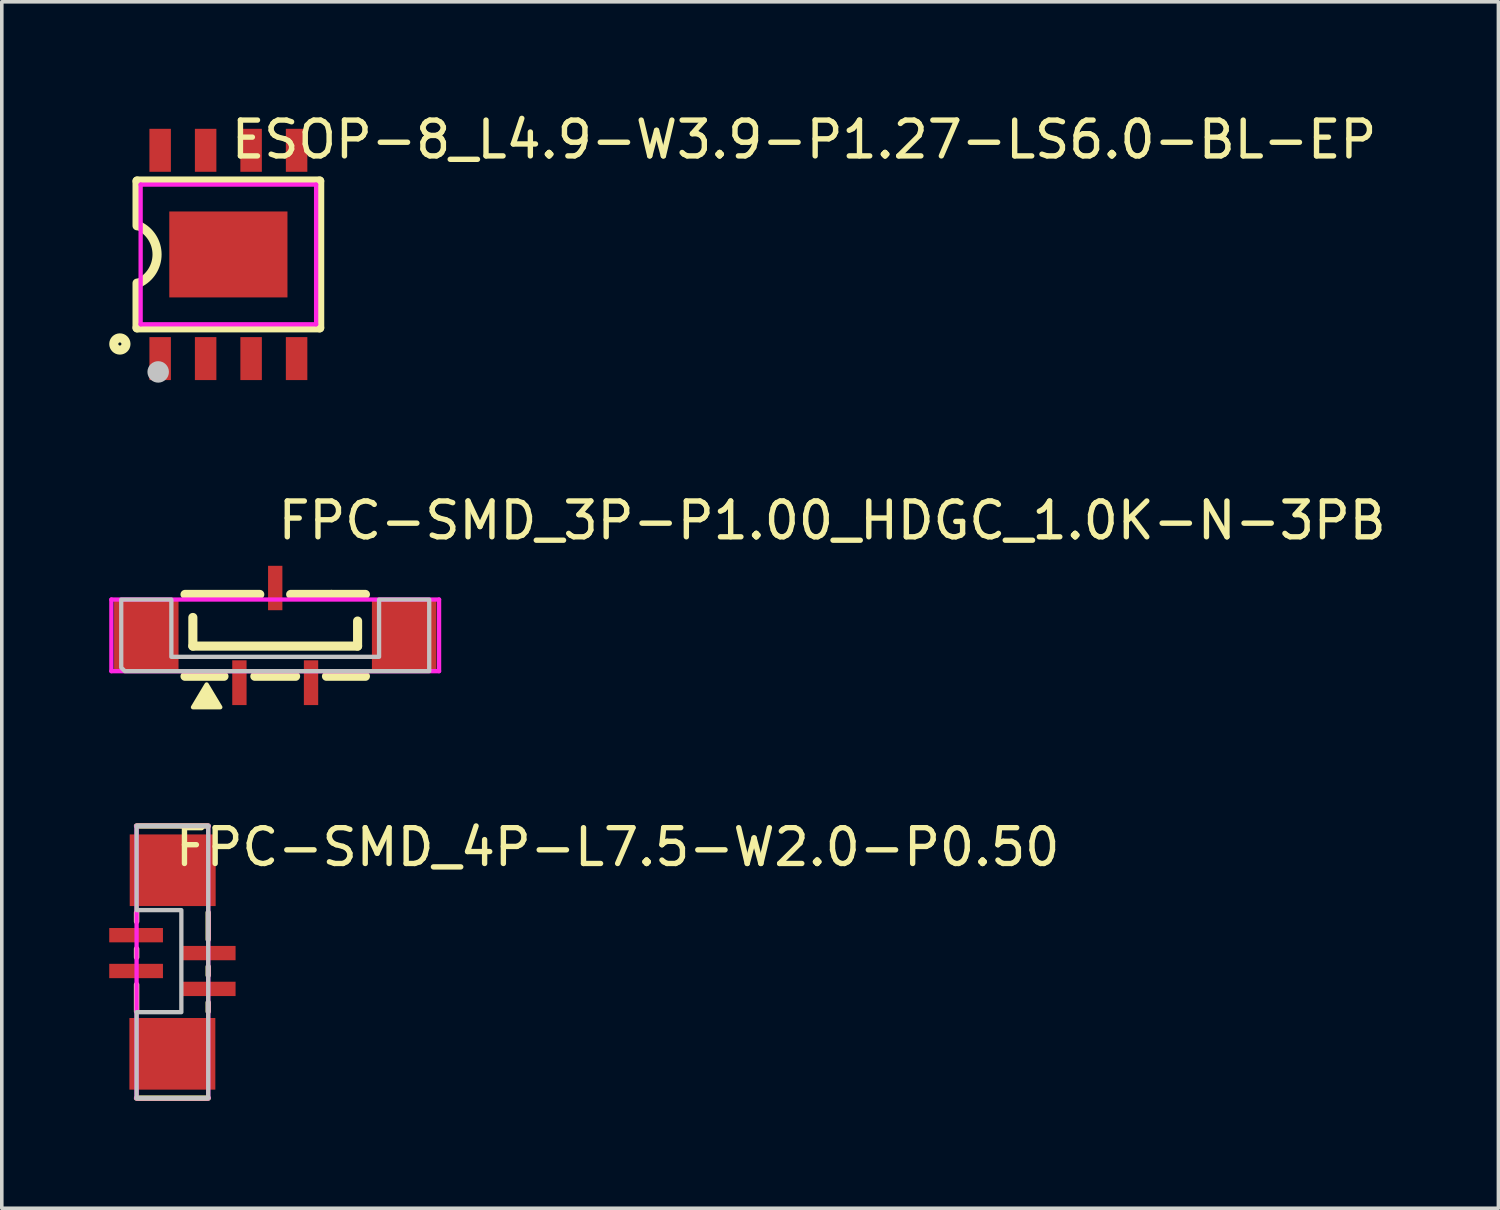
<source format=kicad_pcb>
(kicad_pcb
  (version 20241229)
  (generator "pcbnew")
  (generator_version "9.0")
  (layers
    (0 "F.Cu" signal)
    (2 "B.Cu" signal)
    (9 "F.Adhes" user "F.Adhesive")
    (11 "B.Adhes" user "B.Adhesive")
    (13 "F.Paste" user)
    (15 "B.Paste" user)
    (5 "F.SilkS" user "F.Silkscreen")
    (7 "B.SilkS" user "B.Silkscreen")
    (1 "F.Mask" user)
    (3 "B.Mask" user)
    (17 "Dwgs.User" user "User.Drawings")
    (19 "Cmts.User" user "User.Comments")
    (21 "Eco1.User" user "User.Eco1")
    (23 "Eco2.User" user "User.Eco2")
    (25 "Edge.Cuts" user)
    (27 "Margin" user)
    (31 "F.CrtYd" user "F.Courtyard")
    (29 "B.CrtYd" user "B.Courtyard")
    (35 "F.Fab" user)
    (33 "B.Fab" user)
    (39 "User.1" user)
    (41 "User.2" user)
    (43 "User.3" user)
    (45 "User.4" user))
  (footprint "FPC-SMD_3P-P1.00_HDGC_1.0K-N-3PB"
    (layer "F.Cu")
    (at 4.635 14.691)
    (property "Reference" "FPC-SMD_3P-P1.00_HDGC_1.0K-N-3PB" (at 0 -3.207 0) (layer "F.SilkS") (effects (font (size 1 1) (thickness 0.15)) (justify left)))
    (attr through_hole)
    (fp_line (start -2.3 -0.5) (end -2.3 0.3) (stroke (width 0.254) (type solid)) (layer "F.SilkS"))
    (fp_line (start -2.3 0.3) (end 2.3 0.3) (stroke (width 0.254) (type solid)) (layer "F.SilkS"))
    (fp_line (start -1.431 1.143) (end -2.519 1.143) (stroke (width 0.254) (type solid)) (layer "F.SilkS"))
    (fp_line (start -0.431 -1.143) (end -2.519 -1.143) (stroke (width 0.254) (type solid)) (layer "F.SilkS"))
    (fp_line (start 0.569 1.143) (end -0.569 1.143) (stroke (width 0.254) (type solid)) (layer "F.SilkS"))
    (fp_line (start 1.569 -1.143) (end 0.431 -1.143) (stroke (width 0.254) (type solid)) (layer "F.SilkS"))
    (fp_line (start 1.569 -1.143) (end 2.519 -1.143) (stroke (width 0.254) (type solid)) (layer "F.SilkS"))
    (fp_line (start 2.3 0.3) (end 2.3 -0.4) (stroke (width 0.254) (type solid)) (layer "F.SilkS"))
    (fp_line (start 2.519 1.143) (end 1.431 1.143) (stroke (width 0.254) (type solid)) (layer "F.SilkS"))
    (fp_poly (pts (xy -1.915 1.372) (xy -2.296 2.007) (xy -1.534 2.007)) (stroke (width 0.12) (type solid)) (fill yes) (layer "F.SilkS"))
    (fp_poly (pts (xy 2.9 -1) (xy 4.3 -1) (xy 4.3 1) (xy -4.2 1) (xy -4.3 0.9) (xy -4.3 -1) (xy -2.9 -1) (xy -2.9 0.6) (xy 2.9 0.6)) (stroke (width 0.12) (type solid)) (fill no) (layer "Dwgs.User"))
    (fp_circle (center -4.575 1.75) (end -4.545 1.75) (stroke (width 0.06) (type solid)) (fill no) (layer "Eco2.User"))
    (fp_poly (pts (xy -4.2 -0.751) (xy -3 -0.751) (xy -3 0.75) (xy -4.2 0.75)) (stroke (width 0.12) (type solid)) (fill no) (layer "Eco2.User"))
    (fp_poly (pts (xy -1.1 0.75) (xy -0.9 0.75) (xy -0.9 1.75) (xy -1.1 1.75)) (stroke (width 0.12) (type solid)) (fill no) (layer "Eco2.User"))
    (fp_poly (pts (xy 0.1 -0.75) (xy -0.1 -0.75) (xy -0.1 -1.75) (xy 0.1 -1.75)) (stroke (width 0.12) (type solid)) (fill no) (layer "Eco2.User"))
    (fp_poly (pts (xy 0.9 0.75) (xy 1.1 0.75) (xy 1.1 1.75) (xy 0.9 1.75)) (stroke (width 0.12) (type solid)) (fill no) (layer "Eco2.User"))
    (fp_poly (pts (xy 3 -0.751) (xy 4.2 -0.751) (xy 4.2 0.75) (xy 3 0.75)) (stroke (width 0.12) (type solid)) (fill no) (layer "Eco2.User"))
    (fp_line (start -4.575 -1) (end 4.575 -1) (stroke (width 0.12) (type solid)) (layer "F.CrtYd"))
    (fp_line (start -4.575 1) (end -4.575 -1) (stroke (width 0.12) (type solid)) (layer "F.CrtYd"))
    (fp_line (start 4.575 -1) (end 4.575 1) (stroke (width 0.12) (type solid)) (layer "F.CrtYd"))
    (fp_line (start 4.575 1) (end -4.575 1) (stroke (width 0.12) (type solid)) (layer "F.CrtYd"))
    (pad "1" smd rect (at -1 1.322) (size 0.4 1.25) (layers "F.Cu" "F.Mask" "F.Paste"))
    (pad "2" smd rect (at 0 -1.322) (size 0.4 1.24) (layers "F.Cu" "F.Mask" "F.Paste"))
    (pad "3" smd rect (at 1 1.322) (size 0.4 1.25) (layers "F.Cu" "F.Mask" "F.Paste"))
    (pad "4" smd rect (at 3.6 -0.001) (size 1.8 2) (layers "F.Cu" "F.Mask" "F.Paste"))
    (pad "5" smd rect (at -3.6 -0.001) (size 1.8 2) (layers "F.Cu" "F.Mask" "F.Paste")))
  (footprint "ESOP-8_L4.9-W3.9-P1.27-LS6.0-BL-EP"
    (layer "F.Cu")
    (at 3.327 4.055)
    (property "Reference" "ESOP-8_L4.9-W3.9-P1.27-LS6.0-BL-EP" (at 0 -3.207 0) (layer "F.SilkS") (effects (font (size 1 1) (thickness 0.15)) (justify left)))
    (attr through_hole)
    (fp_line (start -2.55 -2.05) (end 2.55 -2.05) (stroke (width 0.254) (type solid)) (layer "F.SilkS"))
    (fp_line (start -2.55 -0.8) (end -2.55 -2.05) (stroke (width 0.254) (type solid)) (layer "F.SilkS"))
    (fp_line (start -2.55 0.8) (end -2.55 2.05) (stroke (width 0.254) (type solid)) (layer "F.SilkS"))
    (fp_line (start 2.55 -2.05) (end 2.55 2.05) (stroke (width 0.254) (type solid)) (layer "F.SilkS"))
    (fp_line (start 2.55 2.05) (end -2.55 2.05) (stroke (width 0.254) (type solid)) (layer "F.SilkS"))
    (fp_arc (start -2.499607 -0.799815) (mid -1.991471 0.000217) (end -2.5 0.8) (stroke (width 0.254) (type solid)) (layer "F.SilkS"))
    (fp_circle (center -3.03 2.5) (end -2.86 2.5) (stroke (width 0.254) (type solid)) (fill no) (layer "F.SilkS"))
    (fp_circle (center -1.96 3.28) (end -1.81 3.28) (stroke (width 0.3) (type solid)) (fill no) (layer "Dwgs.User"))
    (fp_line (start -2.105 -2.31) (end -1.705 -2.31) (stroke (width 0.12) (type solid)) (layer "Eco2.User"))
    (fp_line (start -2.105 -1.94) (end -2.105 -2.31) (stroke (width 0.12) (type solid)) (layer "Eco2.User"))
    (fp_line (start -2.105 1.94) (end -1.705 1.94) (stroke (width 0.12) (type solid)) (layer "Eco2.User"))
    (fp_line (start -2.105 2.31) (end -2.105 1.94) (stroke (width 0.12) (type solid)) (layer "Eco2.User"))
    (fp_line (start -1.705 -2.31) (end -1.705 -1.94) (stroke (width 0.12) (type solid)) (layer "Eco2.User"))
    (fp_line (start -1.705 -1.94) (end -2.105 -1.94) (stroke (width 0.12) (type solid)) (layer "Eco2.User"))
    (fp_line (start -1.705 1.94) (end -1.705 2.31) (stroke (width 0.12) (type solid)) (layer "Eco2.User"))
    (fp_line (start -1.705 2.31) (end -2.105 2.31) (stroke (width 0.12) (type solid)) (layer "Eco2.User"))
    (fp_line (start -0.835 -2.31) (end -0.435 -2.31) (stroke (width 0.12) (type solid)) (layer "Eco2.User"))
    (fp_line (start -0.835 -1.94) (end -0.835 -2.31) (stroke (width 0.12) (type solid)) (layer "Eco2.User"))
    (fp_line (start -0.835 1.94) (end -0.435 1.94) (stroke (width 0.12) (type solid)) (layer "Eco2.User"))
    (fp_line (start -0.835 2.31) (end -0.835 1.94) (stroke (width 0.12) (type solid)) (layer "Eco2.User"))
    (fp_line (start -0.435 -2.31) (end -0.435 -1.94) (stroke (width 0.12) (type solid)) (layer "Eco2.User"))
    (fp_line (start -0.435 -1.94) (end -0.835 -1.94) (stroke (width 0.12) (type solid)) (layer "Eco2.User"))
    (fp_line (start -0.435 1.94) (end -0.435 2.31) (stroke (width 0.12) (type solid)) (layer "Eco2.User"))
    (fp_line (start -0.435 2.31) (end -0.835 2.31) (stroke (width 0.12) (type solid)) (layer "Eco2.User"))
    (fp_line (start 0.435 -2.31) (end 0.835 -2.31) (stroke (width 0.12) (type solid)) (layer "Eco2.User"))
    (fp_line (start 0.435 -1.94) (end 0.435 -2.31) (stroke (width 0.12) (type solid)) (layer "Eco2.User"))
    (fp_line (start 0.435 1.94) (end 0.835 1.94) (stroke (width 0.12) (type solid)) (layer "Eco2.User"))
    (fp_line (start 0.435 2.31) (end 0.435 1.94) (stroke (width 0.12) (type solid)) (layer "Eco2.User"))
    (fp_line (start 0.835 -2.31) (end 0.835 -1.94) (stroke (width 0.12) (type solid)) (layer "Eco2.User"))
    (fp_line (start 0.835 -1.94) (end 0.435 -1.94) (stroke (width 0.12) (type solid)) (layer "Eco2.User"))
    (fp_line (start 0.835 1.94) (end 0.835 2.31) (stroke (width 0.12) (type solid)) (layer "Eco2.User"))
    (fp_line (start 0.835 2.31) (end 0.435 2.31) (stroke (width 0.12) (type solid)) (layer "Eco2.User"))
    (fp_line (start 1.705 -2.31) (end 2.105 -2.31) (stroke (width 0.12) (type solid)) (layer "Eco2.User"))
    (fp_line (start 1.705 -1.94) (end 1.705 -2.31) (stroke (width 0.12) (type solid)) (layer "Eco2.User"))
    (fp_line (start 1.705 1.94) (end 2.105 1.94) (stroke (width 0.12) (type solid)) (layer "Eco2.User"))
    (fp_line (start 1.705 2.31) (end 1.705 1.94) (stroke (width 0.12) (type solid)) (layer "Eco2.User"))
    (fp_line (start 2.105 -2.31) (end 2.105 -1.94) (stroke (width 0.12) (type solid)) (layer "Eco2.User"))
    (fp_line (start 2.105 -1.94) (end 1.705 -1.94) (stroke (width 0.12) (type solid)) (layer "Eco2.User"))
    (fp_line (start 2.105 1.94) (end 2.105 2.31) (stroke (width 0.12) (type solid)) (layer "Eco2.User"))
    (fp_line (start 2.105 2.31) (end 1.705 2.31) (stroke (width 0.12) (type solid)) (layer "Eco2.User"))
    (fp_circle (center -2.454 2.95) (end -2.424 2.95) (stroke (width 0.06) (type solid)) (fill no) (layer "Eco2.User"))
    (fp_poly (pts (xy -2.105 -2.3) (xy -2.105 -2.95) (xy -1.705 -2.95) (xy -1.705 -2.3)) (stroke (width 0.12) (type solid)) (fill no) (layer "Eco2.User"))
    (fp_poly (pts (xy -2.105 2.95) (xy -2.105 2.3) (xy -1.705 2.3) (xy -1.705 2.95)) (stroke (width 0.12) (type solid)) (fill no) (layer "Eco2.User"))
    (fp_poly (pts (xy -0.835 -2.3) (xy -0.835 -2.95) (xy -0.435 -2.95) (xy -0.435 -2.3)) (stroke (width 0.12) (type solid)) (fill no) (layer "Eco2.User"))
    (fp_poly (pts (xy -0.835 2.95) (xy -0.835 2.3) (xy -0.435 2.3) (xy -0.435 2.95)) (stroke (width 0.12) (type solid)) (fill no) (layer "Eco2.User"))
    (fp_poly (pts (xy 0.435 -2.3) (xy 0.435 -2.95) (xy 0.835 -2.95) (xy 0.835 -2.3)) (stroke (width 0.12) (type solid)) (fill no) (layer "Eco2.User"))
    (fp_poly (pts (xy 0.435 2.95) (xy 0.435 2.3) (xy 0.835 2.3) (xy 0.835 2.95)) (stroke (width 0.12) (type solid)) (fill no) (layer "Eco2.User"))
    (fp_poly (pts (xy 1.65 1.2) (xy -1.65 1.2) (xy -1.65 -1.2) (xy 1.65 -1.2)) (stroke (width 0.12) (type solid)) (fill no) (layer "Eco2.User"))
    (fp_poly (pts (xy 1.705 -2.3) (xy 1.705 -2.95) (xy 2.105 -2.95) (xy 2.105 -2.3)) (stroke (width 0.12) (type solid)) (fill no) (layer "Eco2.User"))
    (fp_poly (pts (xy 1.705 2.95) (xy 1.705 2.3) (xy 2.105 2.3) (xy 2.105 2.95)) (stroke (width 0.12) (type solid)) (fill no) (layer "Eco2.User"))
    (fp_line (start -2.45 -1.95) (end 2.45 -1.95) (stroke (width 0.12) (type solid)) (layer "F.CrtYd"))
    (fp_line (start -2.45 1.95) (end -2.45 -1.95) (stroke (width 0.12) (type solid)) (layer "F.CrtYd"))
    (fp_line (start 2.45 -1.95) (end 2.45 1.95) (stroke (width 0.12) (type solid)) (layer "F.CrtYd"))
    (fp_line (start 2.45 1.95) (end -2.45 1.95) (stroke (width 0.12) (type solid)) (layer "F.CrtYd"))
    (pad "1" smd rect (at -1.905 2.908) (size 0.6 1.2) (layers "F.Cu" "F.Mask" "F.Paste"))
    (pad "2" smd rect (at -0.635 2.908) (size 0.6 1.2) (layers "F.Cu" "F.Mask" "F.Paste"))
    (pad "3" smd rect (at 0.635 2.908) (size 0.6 1.2) (layers "F.Cu" "F.Mask" "F.Paste"))
    (pad "4" smd rect (at 1.905 2.908) (size 0.6 1.2) (layers "F.Cu" "F.Mask" "F.Paste"))
    (pad "5" smd rect (at 1.905 -2.908) (size 0.6 1.2) (layers "F.Cu" "F.Mask" "F.Paste"))
    (pad "6" smd rect (at 0.635 -2.908) (size 0.6 1.2) (layers "F.Cu" "F.Mask" "F.Paste"))
    (pad "7" smd rect (at -0.635 -2.908) (size 0.6 1.2) (layers "F.Cu" "F.Mask" "F.Paste"))
    (pad "8" smd rect (at -1.905 -2.908) (size 0.6 1.2) (layers "F.Cu" "F.Mask" "F.Paste"))
    (pad "9" smd rect (at 0 0 180) (size 3.3 2.4) (layers "F.Cu" "F.Mask" "F.Paste")))
  (footprint "FPC-SMD_4P-L7.5-W2.0-P0.50"
    (layer "F.Cu")
    (at 1.764 23.813)
    (property "Reference" "FPC-SMD_4P-L7.5-W2.0-P0.50" (at 0 -3.207 0) (layer "F.SilkS") (effects (font (size 1 1) (thickness 0.15)) (justify left)))
    (attr through_hole)
    (fp_line (start -1 -1.383) (end -1 -1.13) (stroke (width 0.152) (type solid)) (layer "F.SilkS"))
    (fp_line (start -1 -0.37) (end -1 -0.13) (stroke (width 0.152) (type solid)) (layer "F.SilkS"))
    (fp_line (start -1 0.63) (end -1 1.382) (stroke (width 0.152) (type solid)) (layer "F.SilkS"))
    (fp_line (start -1 3.8) (end 1 3.8) (stroke (width 0.152) (type solid)) (layer "F.SilkS"))
    (fp_line (start 1 -3.8) (end -1 -3.8) (stroke (width 0.152) (type solid)) (layer "F.SilkS"))
    (fp_line (start 1 -1.383) (end 1 -0.63) (stroke (width 0.152) (type solid)) (layer "F.SilkS"))
    (fp_line (start 1 0.13) (end 1 0.37) (stroke (width 0.152) (type solid)) (layer "F.SilkS"))
    (fp_line (start 1 1.13) (end 1 1.382) (stroke (width 0.152) (type solid)) (layer "F.SilkS"))
    (fp_poly (pts (xy -1 -3.8) (xy -1 -1.45) (xy 0.25 -1.45) (xy 0.25 1.4) (xy -1 1.4) (xy -1 3.8) (xy 1 3.8) (xy 1 -3.8)) (stroke (width 0.12) (type solid)) (fill no) (layer "Dwgs.User"))
    (fp_circle (center -1.5 -3.8) (end -1.47 -3.8) (stroke (width 0.06) (type solid)) (fill no) (layer "Eco2.User"))
    (fp_poly (pts (xy -1.001 1.563) (xy 0.999 1.563) (xy 0.999 3.563) (xy -1.001 3.563)) (stroke (width 0.12) (type solid)) (fill no) (layer "Eco2.User"))
    (fp_poly (pts (xy -0.992 -3.563) (xy 1.008 -3.563) (xy 1.008 -1.563) (xy -0.992 -1.563)) (stroke (width 0.12) (type solid)) (fill no) (layer "Eco2.User"))
    (fp_poly (pts (xy -0.514 -0.85) (xy -0.514 -0.65) (xy -1.5 -0.65) (xy -1.5 -0.85)) (stroke (width 0.12) (type solid)) (fill no) (layer "Eco2.User"))
    (fp_poly (pts (xy -0.514 0.15) (xy -0.514 0.35) (xy -1.5 0.35) (xy -1.5 0.15)) (stroke (width 0.12) (type solid)) (fill no) (layer "Eco2.User"))
    (fp_poly (pts (xy 0.514 -0.15) (xy 0.514 -0.35) (xy 1.5 -0.35) (xy 1.5 -0.15)) (stroke (width 0.12) (type solid)) (fill no) (layer "Eco2.User"))
    (fp_poly (pts (xy 0.514 0.85) (xy 0.514 0.65) (xy 1.5 0.65) (xy 1.5 0.85)) (stroke (width 0.12) (type solid)) (fill no) (layer "Eco2.User"))
    (fp_line (start -1 -3.8) (end 1 -3.8) (stroke (width 0.12) (type solid)) (layer "F.CrtYd"))
    (fp_line (start -1 3.8) (end -1 -3.8) (stroke (width 0.12) (type solid)) (layer "F.CrtYd"))
    (fp_line (start 1 -3.8) (end 1 3.8) (stroke (width 0.12) (type solid)) (layer "F.CrtYd"))
    (fp_line (start 1 3.8) (end -1 3.8) (stroke (width 0.12) (type solid)) (layer "F.CrtYd"))
    (pad "1" smd rect (at -1.014 -0.75 270) (size 0.4 1.5) (layers "F.Cu" "F.Mask" "F.Paste"))
    (pad "2" smd rect (at 1.014 -0.25 270) (size 0.4 1.5) (layers "F.Cu" "F.Mask" "F.Paste"))
    (pad "3" smd rect (at -1.014 0.25 270) (size 0.4 1.5) (layers "F.Cu" "F.Mask" "F.Paste"))
    (pad "4" smd rect (at 1.014 0.75 270) (size 0.4 1.5) (layers "F.Cu" "F.Mask" "F.Paste"))
    (pad "5" smd rect (at -0.001 2.563) (size 2.4 2) (layers "F.Cu" "F.Mask" "F.Paste"))
    (pad "6" smd rect (at 0.008 -2.563) (size 2.4 2) (layers "F.Cu" "F.Mask" "F.Paste")))
  (gr_rect
    (start -3 -3)
    (end 38.79 30.689)
    (stroke (width 0.1) (type default))
    (fill no)
    (layer "Edge.Cuts")))
</source>
